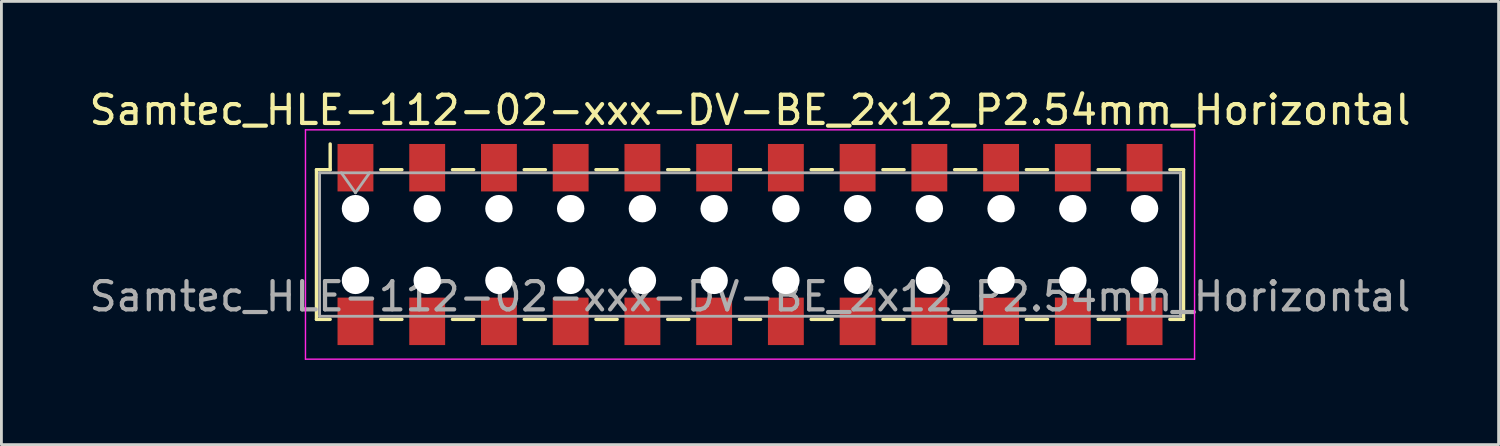
<source format=kicad_pcb>
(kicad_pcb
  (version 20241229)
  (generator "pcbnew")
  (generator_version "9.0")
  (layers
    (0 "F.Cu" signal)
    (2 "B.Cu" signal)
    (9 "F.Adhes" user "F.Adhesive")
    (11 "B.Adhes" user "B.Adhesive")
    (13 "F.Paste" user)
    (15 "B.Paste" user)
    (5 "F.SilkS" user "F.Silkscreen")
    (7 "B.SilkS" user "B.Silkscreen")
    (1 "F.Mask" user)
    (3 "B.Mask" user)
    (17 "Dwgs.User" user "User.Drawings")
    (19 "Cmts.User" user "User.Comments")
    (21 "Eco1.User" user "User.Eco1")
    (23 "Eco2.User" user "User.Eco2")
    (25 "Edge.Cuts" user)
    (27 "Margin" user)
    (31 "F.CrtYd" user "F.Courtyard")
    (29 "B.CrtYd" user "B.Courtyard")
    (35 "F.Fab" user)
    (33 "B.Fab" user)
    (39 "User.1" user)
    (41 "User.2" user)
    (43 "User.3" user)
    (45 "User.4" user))
  (footprint "Samtec_HLE-112-02-xxx-DV-BE_2x12_P2.54mm_Horizontal"
    (layer "F.Cu")
    (at 23.506 5.608)
    (property "Reference" "Samtec_HLE-112-02-xxx-DV-BE_2x12_P2.54mm_Horizontal" (at 0 -4.76 0) (layer "F.SilkS") (effects (font (size 1 1) (thickness 0.15))))
    (attr smd)
    (fp_line (start -15.35 -2.65) (end -15.35 2.65) (stroke (width 0.12) (type solid)) (layer "F.SilkS"))
    (fp_line (start -15.35 2.65) (end -14.865 2.65) (stroke (width 0.12) (type solid)) (layer "F.SilkS"))
    (fp_line (start -14.865 -3.56) (end -14.865 -2.65) (stroke (width 0.12) (type solid)) (layer "F.SilkS"))
    (fp_line (start -14.865 -2.65) (end -15.35 -2.65) (stroke (width 0.12) (type solid)) (layer "F.SilkS"))
    (fp_line (start -13.075 -2.65) (end -12.325 -2.65) (stroke (width 0.12) (type solid)) (layer "F.SilkS"))
    (fp_line (start -13.075 2.65) (end -12.325 2.65) (stroke (width 0.12) (type solid)) (layer "F.SilkS"))
    (fp_line (start -10.535 -2.65) (end -9.785 -2.65) (stroke (width 0.12) (type solid)) (layer "F.SilkS"))
    (fp_line (start -10.535 2.65) (end -9.785 2.65) (stroke (width 0.12) (type solid)) (layer "F.SilkS"))
    (fp_line (start -7.995 -2.65) (end -7.245 -2.65) (stroke (width 0.12) (type solid)) (layer "F.SilkS"))
    (fp_line (start -7.995 2.65) (end -7.245 2.65) (stroke (width 0.12) (type solid)) (layer "F.SilkS"))
    (fp_line (start -5.455 -2.65) (end -4.705 -2.65) (stroke (width 0.12) (type solid)) (layer "F.SilkS"))
    (fp_line (start -5.455 2.65) (end -4.705 2.65) (stroke (width 0.12) (type solid)) (layer "F.SilkS"))
    (fp_line (start -2.915 -2.65) (end -2.165 -2.65) (stroke (width 0.12) (type solid)) (layer "F.SilkS"))
    (fp_line (start -2.915 2.65) (end -2.165 2.65) (stroke (width 0.12) (type solid)) (layer "F.SilkS"))
    (fp_line (start -0.375 -2.65) (end 0.375 -2.65) (stroke (width 0.12) (type solid)) (layer "F.SilkS"))
    (fp_line (start -0.375 2.65) (end 0.375 2.65) (stroke (width 0.12) (type solid)) (layer "F.SilkS"))
    (fp_line (start 2.165 -2.65) (end 2.915 -2.65) (stroke (width 0.12) (type solid)) (layer "F.SilkS"))
    (fp_line (start 2.165 2.65) (end 2.915 2.65) (stroke (width 0.12) (type solid)) (layer "F.SilkS"))
    (fp_line (start 4.705 -2.65) (end 5.455 -2.65) (stroke (width 0.12) (type solid)) (layer "F.SilkS"))
    (fp_line (start 4.705 2.65) (end 5.455 2.65) (stroke (width 0.12) (type solid)) (layer "F.SilkS"))
    (fp_line (start 7.245 -2.65) (end 7.995 -2.65) (stroke (width 0.12) (type solid)) (layer "F.SilkS"))
    (fp_line (start 7.245 2.65) (end 7.995 2.65) (stroke (width 0.12) (type solid)) (layer "F.SilkS"))
    (fp_line (start 9.785 -2.65) (end 10.535 -2.65) (stroke (width 0.12) (type solid)) (layer "F.SilkS"))
    (fp_line (start 9.785 2.65) (end 10.535 2.65) (stroke (width 0.12) (type solid)) (layer "F.SilkS"))
    (fp_line (start 12.325 -2.65) (end 13.075 -2.65) (stroke (width 0.12) (type solid)) (layer "F.SilkS"))
    (fp_line (start 12.325 2.65) (end 13.075 2.65) (stroke (width 0.12) (type solid)) (layer "F.SilkS"))
    (fp_line (start 14.865 -2.65) (end 15.35 -2.65) (stroke (width 0.12) (type solid)) (layer "F.SilkS"))
    (fp_line (start 15.35 -2.65) (end 15.35 2.65) (stroke (width 0.12) (type solid)) (layer "F.SilkS"))
    (fp_line (start 15.35 2.65) (end 14.865 2.65) (stroke (width 0.12) (type solid)) (layer "F.SilkS"))
    (fp_line (start -15.74 -4.06) (end 15.74 -4.06) (stroke (width 0.05) (type solid)) (layer "F.CrtYd"))
    (fp_line (start -15.74 4.06) (end -15.74 -4.06) (stroke (width 0.05) (type solid)) (layer "F.CrtYd"))
    (fp_line (start 15.74 -4.06) (end 15.74 4.06) (stroke (width 0.05) (type solid)) (layer "F.CrtYd"))
    (fp_line (start 15.74 4.06) (end -15.74 4.06) (stroke (width 0.05) (type solid)) (layer "F.CrtYd"))
    (fp_line (start -15.24 -2.54) (end 15.24 -2.54) (stroke (width 0.1) (type solid)) (layer "F.Fab"))
    (fp_line (start -15.24 2.54) (end -15.24 -2.54) (stroke (width 0.1) (type solid)) (layer "F.Fab"))
    (fp_line (start -14.47 -2.54) (end -13.97 -1.833) (stroke (width 0.1) (type solid)) (layer "F.Fab"))
    (fp_line (start -13.97 -1.833) (end -13.47 -2.54) (stroke (width 0.1) (type solid)) (layer "F.Fab"))
    (fp_line (start 15.24 -2.54) (end 15.24 2.54) (stroke (width 0.1) (type solid)) (layer "F.Fab"))
    (fp_line (start 15.24 2.54) (end -15.24 2.54) (stroke (width 0.1) (type solid)) (layer "F.Fab"))
    (fp_text user "${REFERENCE}" (at 0 1.84 0) (layer "F.Fab") (effects (font (size 1 1) (thickness 0.15))))
    (pad "" np_thru_hole circle (at -13.97 -1.27) (size 0.97 0.97) (drill 0.97) (layers "*.Cu" "*.Mask"))
    (pad "" np_thru_hole circle (at -13.97 1.27) (size 0.97 0.97) (drill 0.97) (layers "*.Cu" "*.Mask"))
    (pad "" np_thru_hole circle (at -11.43 -1.27) (size 0.97 0.97) (drill 0.97) (layers "*.Cu" "*.Mask"))
    (pad "" np_thru_hole circle (at -11.43 1.27) (size 0.97 0.97) (drill 0.97) (layers "*.Cu" "*.Mask"))
    (pad "" np_thru_hole circle (at -8.89 -1.27) (size 0.97 0.97) (drill 0.97) (layers "*.Cu" "*.Mask"))
    (pad "" np_thru_hole circle (at -8.89 1.27) (size 0.97 0.97) (drill 0.97) (layers "*.Cu" "*.Mask"))
    (pad "" np_thru_hole circle (at -6.35 -1.27) (size 0.97 0.97) (drill 0.97) (layers "*.Cu" "*.Mask"))
    (pad "" np_thru_hole circle (at -6.35 1.27) (size 0.97 0.97) (drill 0.97) (layers "*.Cu" "*.Mask"))
    (pad "" np_thru_hole circle (at -3.81 -1.27) (size 0.97 0.97) (drill 0.97) (layers "*.Cu" "*.Mask"))
    (pad "" np_thru_hole circle (at -3.81 1.27) (size 0.97 0.97) (drill 0.97) (layers "*.Cu" "*.Mask"))
    (pad "" np_thru_hole circle (at -1.27 -1.27) (size 0.97 0.97) (drill 0.97) (layers "*.Cu" "*.Mask"))
    (pad "" np_thru_hole circle (at -1.27 1.27) (size 0.97 0.97) (drill 0.97) (layers "*.Cu" "*.Mask"))
    (pad "" np_thru_hole circle (at 1.27 -1.27) (size 0.97 0.97) (drill 0.97) (layers "*.Cu" "*.Mask"))
    (pad "" np_thru_hole circle (at 1.27 1.27) (size 0.97 0.97) (drill 0.97) (layers "*.Cu" "*.Mask"))
    (pad "" np_thru_hole circle (at 3.81 -1.27) (size 0.97 0.97) (drill 0.97) (layers "*.Cu" "*.Mask"))
    (pad "" np_thru_hole circle (at 3.81 1.27) (size 0.97 0.97) (drill 0.97) (layers "*.Cu" "*.Mask"))
    (pad "" np_thru_hole circle (at 6.35 -1.27) (size 0.97 0.97) (drill 0.97) (layers "*.Cu" "*.Mask"))
    (pad "" np_thru_hole circle (at 6.35 1.27) (size 0.97 0.97) (drill 0.97) (layers "*.Cu" "*.Mask"))
    (pad "" np_thru_hole circle (at 8.89 -1.27) (size 0.97 0.97) (drill 0.97) (layers "*.Cu" "*.Mask"))
    (pad "" np_thru_hole circle (at 8.89 1.27) (size 0.97 0.97) (drill 0.97) (layers "*.Cu" "*.Mask"))
    (pad "" np_thru_hole circle (at 11.43 -1.27) (size 0.97 0.97) (drill 0.97) (layers "*.Cu" "*.Mask"))
    (pad "" np_thru_hole circle (at 11.43 1.27) (size 0.97 0.97) (drill 0.97) (layers "*.Cu" "*.Mask"))
    (pad "" np_thru_hole circle (at 13.97 -1.27) (size 0.97 0.97) (drill 0.97) (layers "*.Cu" "*.Mask"))
    (pad "" np_thru_hole circle (at 13.97 1.27) (size 0.97 0.97) (drill 0.97) (layers "*.Cu" "*.Mask"))
    (pad "1" smd rect (at -13.97 -2.72) (size 1.27 1.68) (layers "F.Cu" "F.Mask" "F.Paste"))
    (pad "2" smd rect (at -13.97 2.72) (size 1.27 1.68) (layers "F.Cu" "F.Mask" "F.Paste"))
    (pad "3" smd rect (at -11.43 -2.72) (size 1.27 1.68) (layers "F.Cu" "F.Mask" "F.Paste"))
    (pad "4" smd rect (at -11.43 2.72) (size 1.27 1.68) (layers "F.Cu" "F.Mask" "F.Paste"))
    (pad "5" smd rect (at -8.89 -2.72) (size 1.27 1.68) (layers "F.Cu" "F.Mask" "F.Paste"))
    (pad "6" smd rect (at -8.89 2.72) (size 1.27 1.68) (layers "F.Cu" "F.Mask" "F.Paste"))
    (pad "7" smd rect (at -6.35 -2.72) (size 1.27 1.68) (layers "F.Cu" "F.Mask" "F.Paste"))
    (pad "8" smd rect (at -6.35 2.72) (size 1.27 1.68) (layers "F.Cu" "F.Mask" "F.Paste"))
    (pad "9" smd rect (at -3.81 -2.72) (size 1.27 1.68) (layers "F.Cu" "F.Mask" "F.Paste"))
    (pad "10" smd rect (at -3.81 2.72) (size 1.27 1.68) (layers "F.Cu" "F.Mask" "F.Paste"))
    (pad "11" smd rect (at -1.27 -2.72) (size 1.27 1.68) (layers "F.Cu" "F.Mask" "F.Paste"))
    (pad "12" smd rect (at -1.27 2.72) (size 1.27 1.68) (layers "F.Cu" "F.Mask" "F.Paste"))
    (pad "13" smd rect (at 1.27 -2.72) (size 1.27 1.68) (layers "F.Cu" "F.Mask" "F.Paste"))
    (pad "14" smd rect (at 1.27 2.72) (size 1.27 1.68) (layers "F.Cu" "F.Mask" "F.Paste"))
    (pad "15" smd rect (at 3.81 -2.72) (size 1.27 1.68) (layers "F.Cu" "F.Mask" "F.Paste"))
    (pad "16" smd rect (at 3.81 2.72) (size 1.27 1.68) (layers "F.Cu" "F.Mask" "F.Paste"))
    (pad "17" smd rect (at 6.35 -2.72) (size 1.27 1.68) (layers "F.Cu" "F.Mask" "F.Paste"))
    (pad "18" smd rect (at 6.35 2.72) (size 1.27 1.68) (layers "F.Cu" "F.Mask" "F.Paste"))
    (pad "19" smd rect (at 8.89 -2.72) (size 1.27 1.68) (layers "F.Cu" "F.Mask" "F.Paste"))
    (pad "20" smd rect (at 8.89 2.72) (size 1.27 1.68) (layers "F.Cu" "F.Mask" "F.Paste"))
    (pad "21" smd rect (at 11.43 -2.72) (size 1.27 1.68) (layers "F.Cu" "F.Mask" "F.Paste"))
    (pad "22" smd rect (at 11.43 2.72) (size 1.27 1.68) (layers "F.Cu" "F.Mask" "F.Paste"))
    (pad "23" smd rect (at 13.97 -2.72) (size 1.27 1.68) (layers "F.Cu" "F.Mask" "F.Paste"))
    (pad "24" smd rect (at 13.97 2.72) (size 1.27 1.68) (layers "F.Cu" "F.Mask" "F.Paste")))
  (gr_rect
    (start -3 -3)
    (end 50.012 12.693)
    (stroke (width 0.1) (type default))
    (fill no)
    (layer "Edge.Cuts")))
</source>
